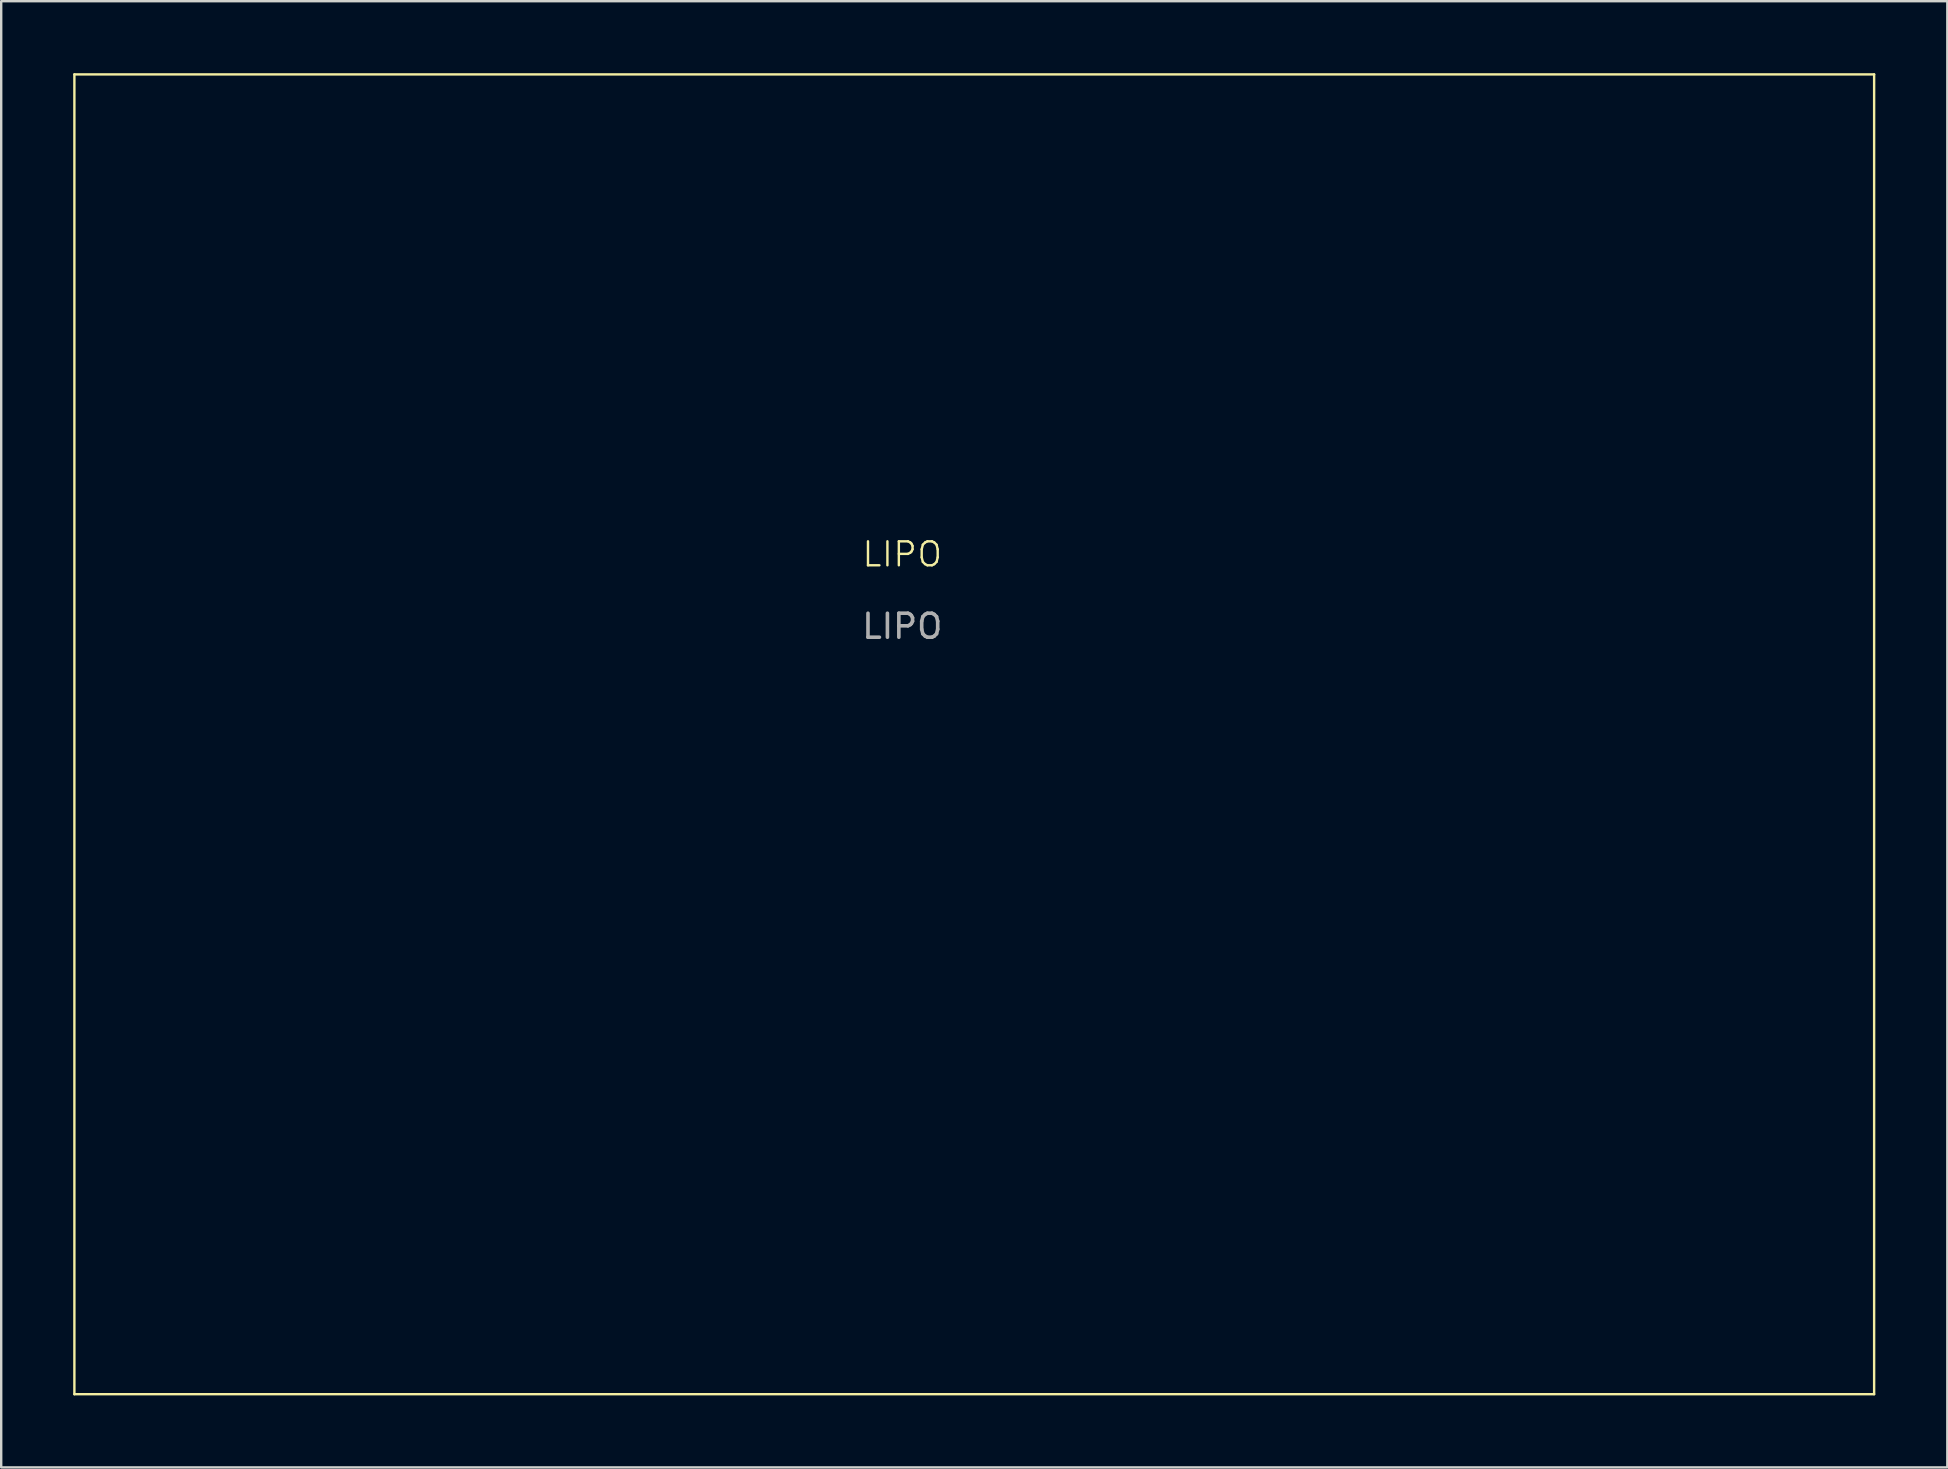
<source format=kicad_pcb>
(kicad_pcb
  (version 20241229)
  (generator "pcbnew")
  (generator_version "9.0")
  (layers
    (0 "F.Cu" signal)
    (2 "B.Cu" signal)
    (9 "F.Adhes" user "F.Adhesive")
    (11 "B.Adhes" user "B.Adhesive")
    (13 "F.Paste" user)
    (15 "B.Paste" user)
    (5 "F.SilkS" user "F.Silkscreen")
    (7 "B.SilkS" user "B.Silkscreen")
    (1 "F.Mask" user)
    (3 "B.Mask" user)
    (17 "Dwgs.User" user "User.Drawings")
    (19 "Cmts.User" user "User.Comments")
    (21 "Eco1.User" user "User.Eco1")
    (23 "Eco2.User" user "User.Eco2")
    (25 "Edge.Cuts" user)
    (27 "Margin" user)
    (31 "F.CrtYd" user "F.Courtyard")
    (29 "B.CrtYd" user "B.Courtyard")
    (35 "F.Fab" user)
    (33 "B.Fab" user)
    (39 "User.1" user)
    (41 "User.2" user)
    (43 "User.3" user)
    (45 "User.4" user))
  (footprint "LIPO"
    (layer "F.Cu")
    (at 34.55 20.55)
    (property "Reference" "LIPO" (at 0 -0.5 0) (unlocked yes) (layer "F.SilkS") (effects (font (size 1 1) (thickness 0.1))))
    (attr smd)
    (fp_line (start -34.5 -20.5) (end -34.5 34.5) (stroke (width 0.1) (type default)) (layer "F.SilkS"))
    (fp_line (start -34.5 -20.5) (end 40.5 -20.5) (stroke (width 0.1) (type default)) (layer "F.SilkS"))
    (fp_line (start -34.5 34.5) (end 40.5 34.5) (stroke (width 0.1) (type default)) (layer "F.SilkS"))
    (fp_line (start 40.5 -20.5) (end 40.5 34.5) (stroke (width 0.1) (type default)) (layer "F.SilkS"))
    (fp_text user "${REFERENCE}" (at 0 2.5 0) (unlocked yes) (layer "F.Fab") (effects (font (size 1 1) (thickness 0.15)))))
  (gr_rect
    (start -3 -3)
    (end 78.1 58.1)
    (stroke (width 0.1) (type default))
    (fill no)
    (layer "Edge.Cuts")))
</source>
